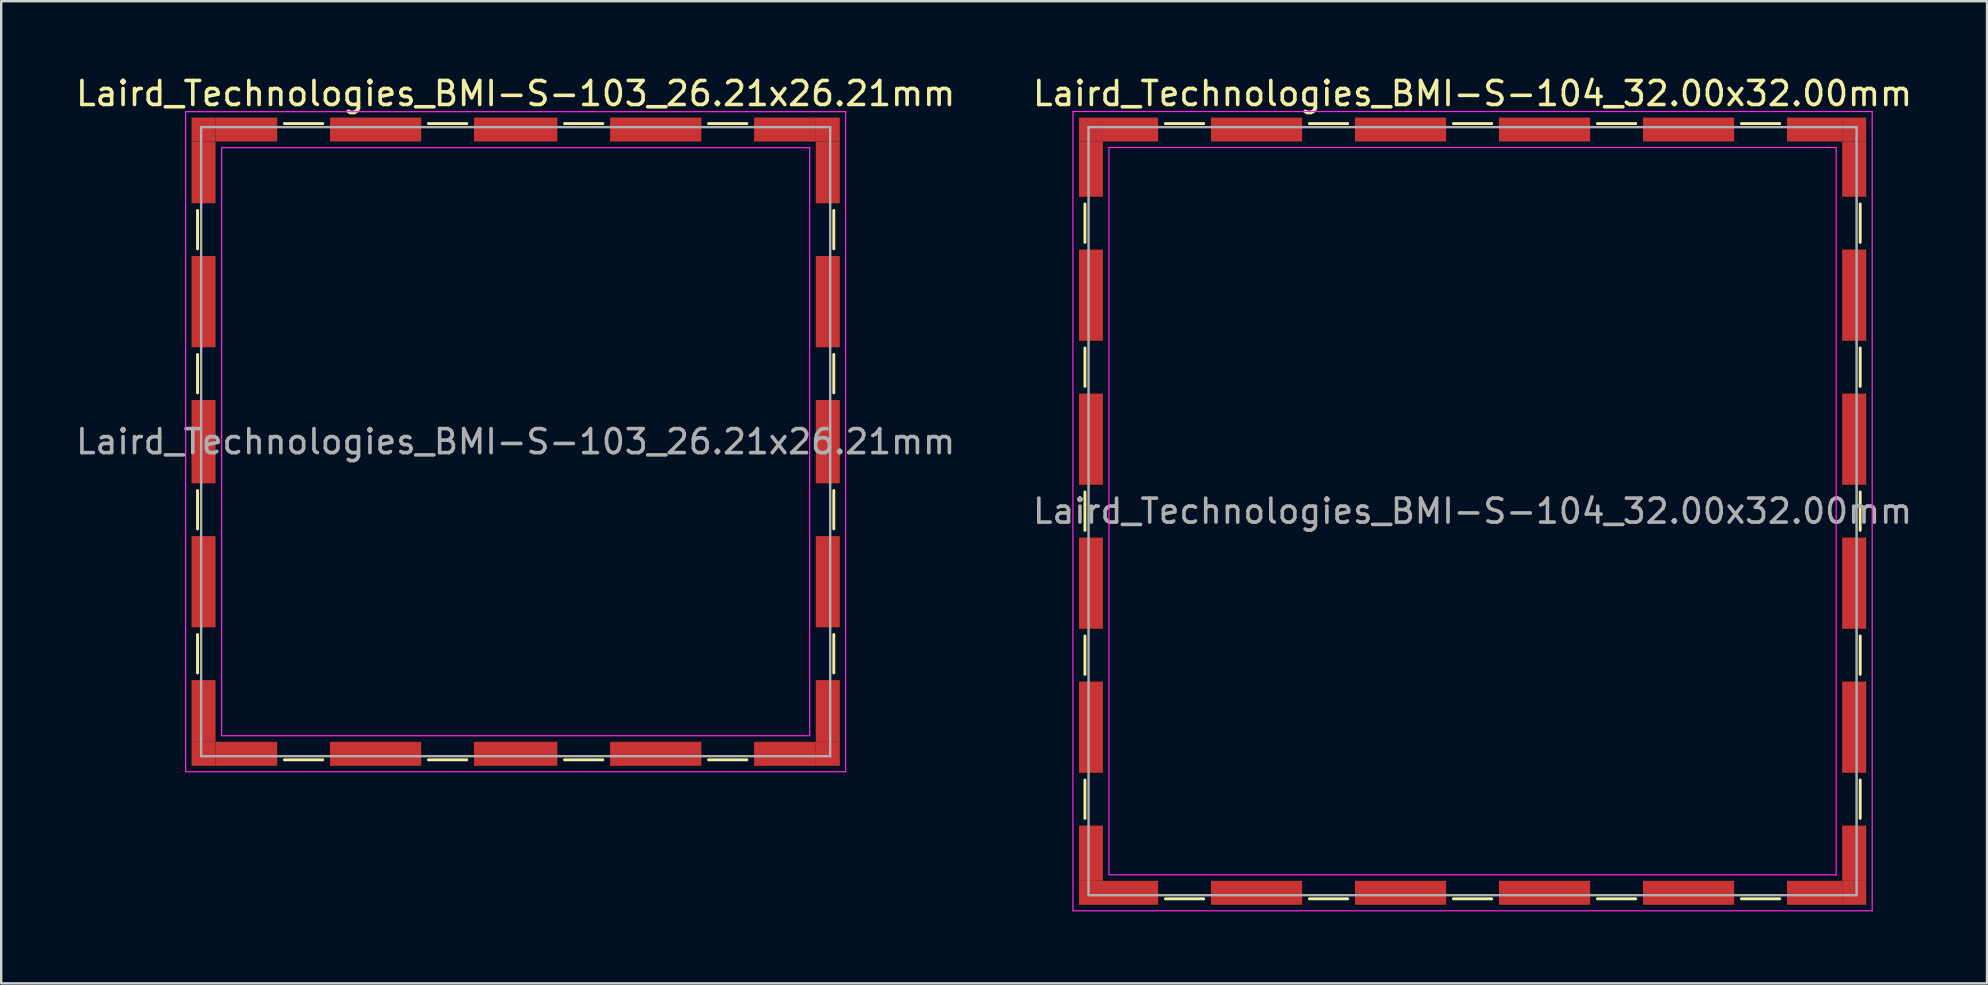
<source format=kicad_pcb>
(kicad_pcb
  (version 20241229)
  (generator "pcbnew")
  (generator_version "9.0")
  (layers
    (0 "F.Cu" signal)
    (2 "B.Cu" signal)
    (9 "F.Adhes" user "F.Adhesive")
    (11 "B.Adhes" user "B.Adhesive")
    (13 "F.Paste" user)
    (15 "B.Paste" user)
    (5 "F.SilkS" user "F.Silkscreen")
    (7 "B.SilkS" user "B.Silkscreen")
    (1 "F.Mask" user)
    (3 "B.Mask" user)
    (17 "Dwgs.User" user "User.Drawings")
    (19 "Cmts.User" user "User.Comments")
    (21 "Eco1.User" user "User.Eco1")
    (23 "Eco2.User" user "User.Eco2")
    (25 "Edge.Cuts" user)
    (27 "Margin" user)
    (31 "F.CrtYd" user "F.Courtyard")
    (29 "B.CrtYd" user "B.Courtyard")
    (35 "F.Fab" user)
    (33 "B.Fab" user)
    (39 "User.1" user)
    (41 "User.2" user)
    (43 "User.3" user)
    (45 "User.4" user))
  (footprint "Laird_Technologies_BMI-S-104_32.00x32.00mm"
    (layer "F.Cu")
    (at 58.304 18.248)
    (property "Reference" "Laird_Technologies_BMI-S-104_32.00x32.00mm" (at 0 -17.4 0) (layer "F.SilkS") (effects (font (size 1 1) (thickness 0.15))))
    (attr smd)
    (fp_line (start -16.15 -12.8) (end -16.15 -11.2) (stroke (width 0.12) (type solid)) (layer "F.SilkS"))
    (fp_line (start -16.15 -6.8) (end -16.15 -5.2) (stroke (width 0.12) (type solid)) (layer "F.SilkS"))
    (fp_line (start -16.15 -0.8) (end -16.15 0.8) (stroke (width 0.12) (type solid)) (layer "F.SilkS"))
    (fp_line (start -16.15 5.2) (end -16.15 6.8) (stroke (width 0.12) (type solid)) (layer "F.SilkS"))
    (fp_line (start -16.15 11.2) (end -16.15 12.8) (stroke (width 0.12) (type solid)) (layer "F.SilkS"))
    (fp_line (start -12.8 -16.15) (end -11.2 -16.15) (stroke (width 0.12) (type solid)) (layer "F.SilkS"))
    (fp_line (start -12.8 16.15) (end -11.2 16.15) (stroke (width 0.12) (type solid)) (layer "F.SilkS"))
    (fp_line (start -6.8 -16.15) (end -5.2 -16.15) (stroke (width 0.12) (type solid)) (layer "F.SilkS"))
    (fp_line (start -6.8 16.15) (end -5.2 16.15) (stroke (width 0.12) (type solid)) (layer "F.SilkS"))
    (fp_line (start -0.8 -16.15) (end 0.8 -16.15) (stroke (width 0.12) (type solid)) (layer "F.SilkS"))
    (fp_line (start -0.8 16.15) (end 0.8 16.15) (stroke (width 0.12) (type solid)) (layer "F.SilkS"))
    (fp_line (start 5.2 -16.15) (end 6.8 -16.15) (stroke (width 0.12) (type solid)) (layer "F.SilkS"))
    (fp_line (start 5.2 16.15) (end 6.8 16.15) (stroke (width 0.12) (type solid)) (layer "F.SilkS"))
    (fp_line (start 11.2 -16.15) (end 12.8 -16.15) (stroke (width 0.12) (type solid)) (layer "F.SilkS"))
    (fp_line (start 11.2 16.15) (end 12.8 16.15) (stroke (width 0.12) (type solid)) (layer "F.SilkS"))
    (fp_line (start 16.15 -12.8) (end 16.15 -11.2) (stroke (width 0.12) (type solid)) (layer "F.SilkS"))
    (fp_line (start 16.15 -6.8) (end 16.15 -5.2) (stroke (width 0.12) (type solid)) (layer "F.SilkS"))
    (fp_line (start 16.15 -0.8) (end 16.15 0.8) (stroke (width 0.12) (type solid)) (layer "F.SilkS"))
    (fp_line (start 16.15 5.2) (end 16.15 6.8) (stroke (width 0.12) (type solid)) (layer "F.SilkS"))
    (fp_line (start 16.15 11.2) (end 16.15 12.8) (stroke (width 0.12) (type solid)) (layer "F.SilkS"))
    (fp_line (start -16.65 -16.65) (end -16.65 16.65) (stroke (width 0.05) (type solid)) (layer "F.CrtYd"))
    (fp_line (start -16.65 16.65) (end 16.65 16.65) (stroke (width 0.05) (type solid)) (layer "F.CrtYd"))
    (fp_line (start -15.15 -15.15) (end -15.15 15.15) (stroke (width 0.05) (type solid)) (layer "F.CrtYd"))
    (fp_line (start 15.15 -15.15) (end -15.15 -15.15) (stroke (width 0.05) (type solid)) (layer "F.CrtYd"))
    (fp_line (start 15.15 -15.15) (end 15.15 15.15) (stroke (width 0.05) (type solid)) (layer "F.CrtYd"))
    (fp_line (start 15.15 15.15) (end -15.15 15.15) (stroke (width 0.05) (type solid)) (layer "F.CrtYd"))
    (fp_line (start 16.65 -16.65) (end -16.65 -16.65) (stroke (width 0.05) (type solid)) (layer "F.CrtYd"))
    (fp_line (start 16.65 16.65) (end 16.65 -16.65) (stroke (width 0.05) (type solid)) (layer "F.CrtYd"))
    (fp_line (start -16 -16) (end -16 16) (stroke (width 0.1) (type solid)) (layer "F.Fab"))
    (fp_line (start -16 16) (end 16 16) (stroke (width 0.1) (type solid)) (layer "F.Fab"))
    (fp_line (start 16 -16) (end -16 -16) (stroke (width 0.1) (type solid)) (layer "F.Fab"))
    (fp_line (start 16 16) (end 16 -16) (stroke (width 0.1) (type solid)) (layer "F.Fab"))
    (fp_text user "${REFERENCE}" (at 0 0 0) (layer "F.Fab") (effects (font (size 1 1) (thickness 0.15))))
    (pad "1" smd rect (at -15.9 -15.9) (size 1 1) (layers "F.Cu" "F.Mask" "F.Paste"))
    (pad "1" smd rect (at -15.9 -14.25) (size 1 2.3) (layers "F.Cu" "F.Mask" "F.Paste"))
    (pad "1" smd rect (at -15.9 -9) (size 1 3.8) (layers "F.Cu" "F.Mask" "F.Paste"))
    (pad "1" smd rect (at -15.9 -3) (size 1 3.8) (layers "F.Cu" "F.Mask" "F.Paste"))
    (pad "1" smd rect (at -15.9 3) (size 1 3.8) (layers "F.Cu" "F.Mask" "F.Paste"))
    (pad "1" smd rect (at -15.9 9) (size 1 3.8) (layers "F.Cu" "F.Mask" "F.Paste"))
    (pad "1" smd rect (at -15.9 14.25) (size 1 2.3) (layers "F.Cu" "F.Mask" "F.Paste"))
    (pad "1" smd rect (at -15.9 15.9) (size 1 1) (layers "F.Cu" "F.Mask" "F.Paste"))
    (pad "1" smd rect (at -14.25 -15.9) (size 2.3 1) (layers "F.Cu" "F.Mask" "F.Paste"))
    (pad "1" smd rect (at -14.25 15.9) (size 2.3 1) (layers "F.Cu" "F.Mask" "F.Paste"))
    (pad "1" smd rect (at -9 -15.9) (size 3.8 1) (layers "F.Cu" "F.Mask" "F.Paste"))
    (pad "1" smd rect (at -9 15.9) (size 3.8 1) (layers "F.Cu" "F.Mask" "F.Paste"))
    (pad "1" smd rect (at -3 -15.9) (size 3.8 1) (layers "F.Cu" "F.Mask" "F.Paste"))
    (pad "1" smd rect (at -3 15.9) (size 3.8 1) (layers "F.Cu" "F.Mask" "F.Paste"))
    (pad "1" smd rect (at 3 -15.9) (size 3.8 1) (layers "F.Cu" "F.Mask" "F.Paste"))
    (pad "1" smd rect (at 3 15.9) (size 3.8 1) (layers "F.Cu" "F.Mask" "F.Paste"))
    (pad "1" smd rect (at 9 -15.9) (size 3.8 1) (layers "F.Cu" "F.Mask" "F.Paste"))
    (pad "1" smd rect (at 9 15.9) (size 3.8 1) (layers "F.Cu" "F.Mask" "F.Paste"))
    (pad "1" smd rect (at 14.25 -15.9) (size 2.3 1) (layers "F.Cu" "F.Mask" "F.Paste"))
    (pad "1" smd rect (at 14.25 15.9) (size 2.3 1) (layers "F.Cu" "F.Mask" "F.Paste"))
    (pad "1" smd rect (at 15.9 -15.9) (size 1 1) (layers "F.Cu" "F.Mask" "F.Paste"))
    (pad "1" smd rect (at 15.9 -14.25) (size 1 2.3) (layers "F.Cu" "F.Mask" "F.Paste"))
    (pad "1" smd rect (at 15.9 -9) (size 1 3.8) (layers "F.Cu" "F.Mask" "F.Paste"))
    (pad "1" smd rect (at 15.9 -3) (size 1 3.8) (layers "F.Cu" "F.Mask" "F.Paste"))
    (pad "1" smd rect (at 15.9 3) (size 1 3.8) (layers "F.Cu" "F.Mask" "F.Paste"))
    (pad "1" smd rect (at 15.9 9) (size 1 3.8) (layers "F.Cu" "F.Mask" "F.Paste"))
    (pad "1" smd rect (at 15.9 14.25) (size 1 2.3) (layers "F.Cu" "F.Mask" "F.Paste"))
    (pad "1" smd rect (at 15.9 15.9) (size 1 1) (layers "F.Cu" "F.Mask" "F.Paste")))
  (footprint "Laird_Technologies_BMI-S-103_26.21x26.21mm"
    (layer "F.Cu")
    (at 18.435 15.353)
    (property "Reference" "Laird_Technologies_BMI-S-103_26.21x26.21mm" (at 0 -14.505 0) (layer "F.SilkS") (effects (font (size 1 1) (thickness 0.15))))
    (attr smd)
    (fp_line (start -13.255 -9.635) (end -13.255 -8.035) (stroke (width 0.12) (type solid)) (layer "F.SilkS"))
    (fp_line (start -13.255 -3.635) (end -13.255 -2.035) (stroke (width 0.12) (type solid)) (layer "F.SilkS"))
    (fp_line (start -13.255 2.035) (end -13.255 3.635) (stroke (width 0.12) (type solid)) (layer "F.SilkS"))
    (fp_line (start -13.255 8.035) (end -13.255 9.635) (stroke (width 0.12) (type solid)) (layer "F.SilkS"))
    (fp_line (start -9.635 -13.255) (end -8.035 -13.255) (stroke (width 0.12) (type solid)) (layer "F.SilkS"))
    (fp_line (start -9.635 13.255) (end -8.035 13.255) (stroke (width 0.12) (type solid)) (layer "F.SilkS"))
    (fp_line (start -3.635 -13.255) (end -2.035 -13.255) (stroke (width 0.12) (type solid)) (layer "F.SilkS"))
    (fp_line (start -3.635 13.255) (end -2.035 13.255) (stroke (width 0.12) (type solid)) (layer "F.SilkS"))
    (fp_line (start 2.035 -13.255) (end 3.635 -13.255) (stroke (width 0.12) (type solid)) (layer "F.SilkS"))
    (fp_line (start 2.035 13.255) (end 3.635 13.255) (stroke (width 0.12) (type solid)) (layer "F.SilkS"))
    (fp_line (start 8.035 -13.255) (end 9.635 -13.255) (stroke (width 0.12) (type solid)) (layer "F.SilkS"))
    (fp_line (start 8.035 13.255) (end 9.635 13.255) (stroke (width 0.12) (type solid)) (layer "F.SilkS"))
    (fp_line (start 13.255 -9.635) (end 13.255 -8.035) (stroke (width 0.12) (type solid)) (layer "F.SilkS"))
    (fp_line (start 13.255 -3.635) (end 13.255 -2.035) (stroke (width 0.12) (type solid)) (layer "F.SilkS"))
    (fp_line (start 13.255 2.035) (end 13.255 3.635) (stroke (width 0.12) (type solid)) (layer "F.SilkS"))
    (fp_line (start 13.255 8.035) (end 13.255 9.635) (stroke (width 0.12) (type solid)) (layer "F.SilkS"))
    (fp_line (start -13.75 -13.75) (end -13.75 13.75) (stroke (width 0.05) (type solid)) (layer "F.CrtYd"))
    (fp_line (start -13.75 13.75) (end 13.75 13.75) (stroke (width 0.05) (type solid)) (layer "F.CrtYd"))
    (fp_line (start -12.25 -12.25) (end -12.25 12.25) (stroke (width 0.05) (type solid)) (layer "F.CrtYd"))
    (fp_line (start 12.25 -12.25) (end -12.25 -12.25) (stroke (width 0.05) (type solid)) (layer "F.CrtYd"))
    (fp_line (start 12.25 -12.25) (end 12.25 12.25) (stroke (width 0.05) (type solid)) (layer "F.CrtYd"))
    (fp_line (start 12.25 12.25) (end -12.25 12.25) (stroke (width 0.05) (type solid)) (layer "F.CrtYd"))
    (fp_line (start 13.75 -13.75) (end -13.75 -13.75) (stroke (width 0.05) (type solid)) (layer "F.CrtYd"))
    (fp_line (start 13.75 13.75) (end 13.75 -13.75) (stroke (width 0.05) (type solid)) (layer "F.CrtYd"))
    (fp_line (start -13.105 -13.105) (end -13.105 13.105) (stroke (width 0.1) (type solid)) (layer "F.Fab"))
    (fp_line (start -13.105 13.105) (end 13.105 13.105) (stroke (width 0.1) (type solid)) (layer "F.Fab"))
    (fp_line (start 13.105 -13.105) (end -13.105 -13.105) (stroke (width 0.1) (type solid)) (layer "F.Fab"))
    (fp_line (start 13.105 13.105) (end 13.105 -13.105) (stroke (width 0.1) (type solid)) (layer "F.Fab"))
    (fp_text user "${REFERENCE}" (at 0 0 0) (layer "F.Fab") (effects (font (size 1 1) (thickness 0.15))))
    (pad "1" smd rect (at -13.005 -13.005) (size 1 1) (layers "F.Cu" "F.Mask" "F.Paste"))
    (pad "1" smd rect (at -13.005 -11.22) (size 1 2.57) (layers "F.Cu" "F.Mask" "F.Paste"))
    (pad "1" smd rect (at -13.005 -5.835) (size 1 3.8) (layers "F.Cu" "F.Mask" "F.Paste"))
    (pad "1" smd rect (at -13.005 0) (size 1 3.47) (layers "F.Cu" "F.Mask" "F.Paste"))
    (pad "1" smd rect (at -13.005 5.835) (size 1 3.8) (layers "F.Cu" "F.Mask" "F.Paste"))
    (pad "1" smd rect (at -13.005 11.22) (size 1 2.57) (layers "F.Cu" "F.Mask" "F.Paste"))
    (pad "1" smd rect (at -13.005 13.005) (size 1 1) (layers "F.Cu" "F.Mask" "F.Paste"))
    (pad "1" smd rect (at -11.22 -13.005) (size 2.57 1) (layers "F.Cu" "F.Mask" "F.Paste"))
    (pad "1" smd rect (at -11.22 13.005) (size 2.57 1) (layers "F.Cu" "F.Mask" "F.Paste"))
    (pad "1" smd rect (at -5.835 -13.005) (size 3.8 1) (layers "F.Cu" "F.Mask" "F.Paste"))
    (pad "1" smd rect (at -5.835 13.005) (size 3.8 1) (layers "F.Cu" "F.Mask" "F.Paste"))
    (pad "1" smd rect (at 0 -13.005) (size 3.47 1) (layers "F.Cu" "F.Mask" "F.Paste"))
    (pad "1" smd rect (at 0 13.005) (size 3.47 1) (layers "F.Cu" "F.Mask" "F.Paste"))
    (pad "1" smd rect (at 5.835 -13.005) (size 3.8 1) (layers "F.Cu" "F.Mask" "F.Paste"))
    (pad "1" smd rect (at 5.835 13.005) (size 3.8 1) (layers "F.Cu" "F.Mask" "F.Paste"))
    (pad "1" smd rect (at 11.22 -13.005) (size 2.57 1) (layers "F.Cu" "F.Mask" "F.Paste"))
    (pad "1" smd rect (at 11.22 13.005) (size 2.57 1) (layers "F.Cu" "F.Mask" "F.Paste"))
    (pad "1" smd rect (at 13.005 -13.005) (size 1 1) (layers "F.Cu" "F.Mask" "F.Paste"))
    (pad "1" smd rect (at 13.005 -11.22) (size 1 2.57) (layers "F.Cu" "F.Mask" "F.Paste"))
    (pad "1" smd rect (at 13.005 -5.835) (size 1 3.8) (layers "F.Cu" "F.Mask" "F.Paste"))
    (pad "1" smd rect (at 13.005 0) (size 1 3.47) (layers "F.Cu" "F.Mask" "F.Paste"))
    (pad "1" smd rect (at 13.005 5.835) (size 1 3.8) (layers "F.Cu" "F.Mask" "F.Paste"))
    (pad "1" smd rect (at 13.005 11.22) (size 1 2.57) (layers "F.Cu" "F.Mask" "F.Paste"))
    (pad "1" smd rect (at 13.005 13.005) (size 1 1) (layers "F.Cu" "F.Mask" "F.Paste")))
  (gr_rect
    (start -3 -3)
    (end 79.738 37.923)
    (stroke (width 0.1) (type default))
    (fill no)
    (layer "Edge.Cuts")))
</source>
